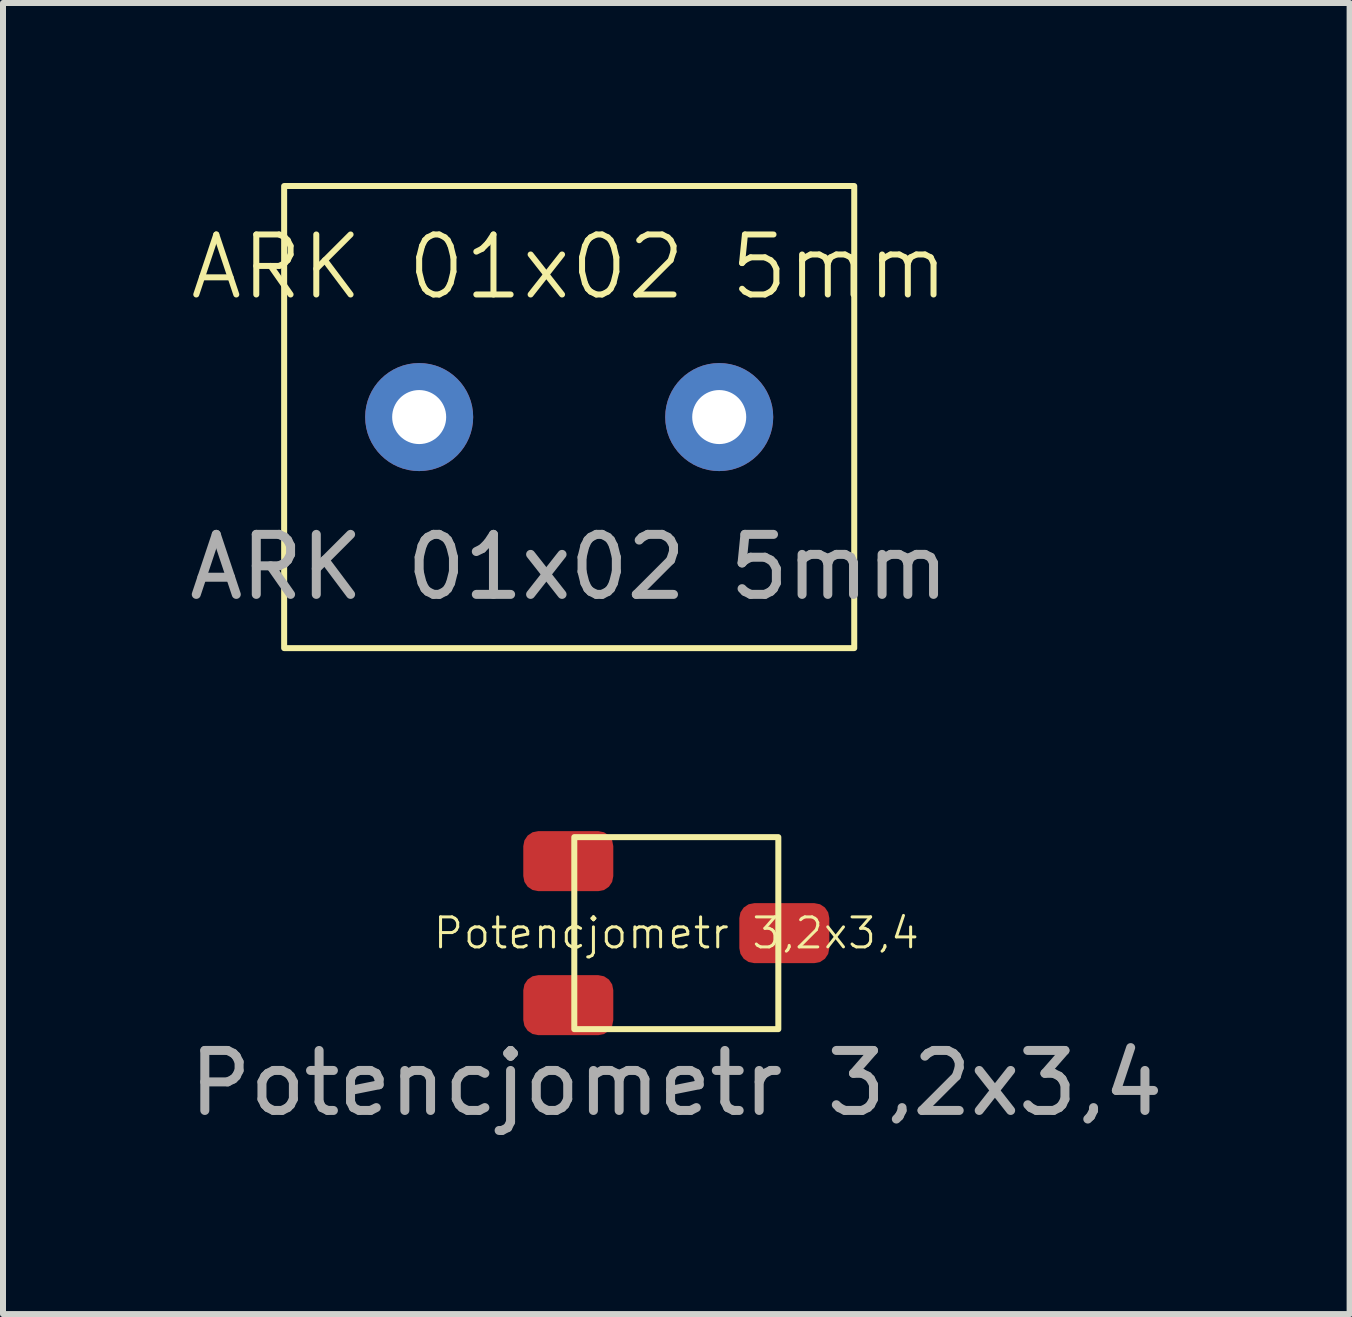
<source format=kicad_pcb>
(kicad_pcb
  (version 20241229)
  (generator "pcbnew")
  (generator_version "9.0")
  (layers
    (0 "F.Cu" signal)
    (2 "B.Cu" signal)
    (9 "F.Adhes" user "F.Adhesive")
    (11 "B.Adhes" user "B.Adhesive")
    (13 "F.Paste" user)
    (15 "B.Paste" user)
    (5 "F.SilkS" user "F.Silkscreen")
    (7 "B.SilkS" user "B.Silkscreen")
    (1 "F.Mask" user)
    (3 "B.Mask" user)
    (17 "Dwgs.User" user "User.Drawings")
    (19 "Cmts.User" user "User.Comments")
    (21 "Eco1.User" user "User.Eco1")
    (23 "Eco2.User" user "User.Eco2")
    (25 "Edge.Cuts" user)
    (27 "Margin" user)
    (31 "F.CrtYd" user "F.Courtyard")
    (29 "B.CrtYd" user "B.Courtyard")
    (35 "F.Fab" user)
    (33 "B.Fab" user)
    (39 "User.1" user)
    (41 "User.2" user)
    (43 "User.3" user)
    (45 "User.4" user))
  (footprint "ARK 01x02 5mm"
    (layer "F.Cu")
    (at 6.435 3.9)
    (property "Reference" "ARK 01x02 5mm" (at 0 -2.5 0) (unlocked yes) (layer "F.SilkS") (effects (font (size 1 1) (thickness 0.1))))
    (attr through_hole)
    (fp_rect (start -4.75 -3.85) (end 4.75 3.85) (stroke (width 0.1) (type default)) (fill no) (layer "F.SilkS"))
    (fp_text user "${REFERENCE}" (at 0 2.5 0) (unlocked yes) (layer "F.Fab") (effects (font (size 1 1) (thickness 0.15))))
    (pad "1" thru_hole circle (at 2.5 0) (size 1.8 1.8) (drill 0.9) (layers "*.Cu" "*.Mask"))
    (pad "2" thru_hole circle (at -2.5 0) (size 1.8 1.8) (drill 0.9) (layers "*.Cu" "*.Mask")))
  (footprint "Potencjometr 3,2x3,4"
    (layer "F.Cu")
    (at 8.22 12.5)
    (property "Reference" "Potencjometr 3,2x3,4" (at 0 0 0) (unlocked yes) (layer "F.SilkS") (effects (font (size 0.5 0.5) (thickness 0.05))))
    (attr smd)
    (fp_rect (start -1.7 -1.6) (end 1.7 1.6) (stroke (width 0.1) (type default)) (fill no) (layer "F.SilkS"))
    (fp_text user "${REFERENCE}" (at 0 2.5 0) (unlocked yes) (layer "F.Fab") (effects (font (size 1 1) (thickness 0.15))))
    (pad "1" smd roundrect (at -1.8 -1.2) (size 1.5 1) (layers "F.Cu" "F.Mask" "F.Paste") (roundrect_rratio 0.25))
    (pad "2" smd roundrect (at 1.8 0) (size 1.5 1) (layers "F.Cu" "F.Mask" "F.Paste") (roundrect_rratio 0.25))
    (pad "3" smd roundrect (at -1.8 1.2) (size 1.5 1) (layers "F.Cu" "F.Mask" "F.Paste") (roundrect_rratio 0.25)))
  (gr_rect
    (start -3 -3)
    (end 19.44 18.848)
    (stroke (width 0.1) (type default))
    (fill no)
    (layer "Edge.Cuts")))
</source>
